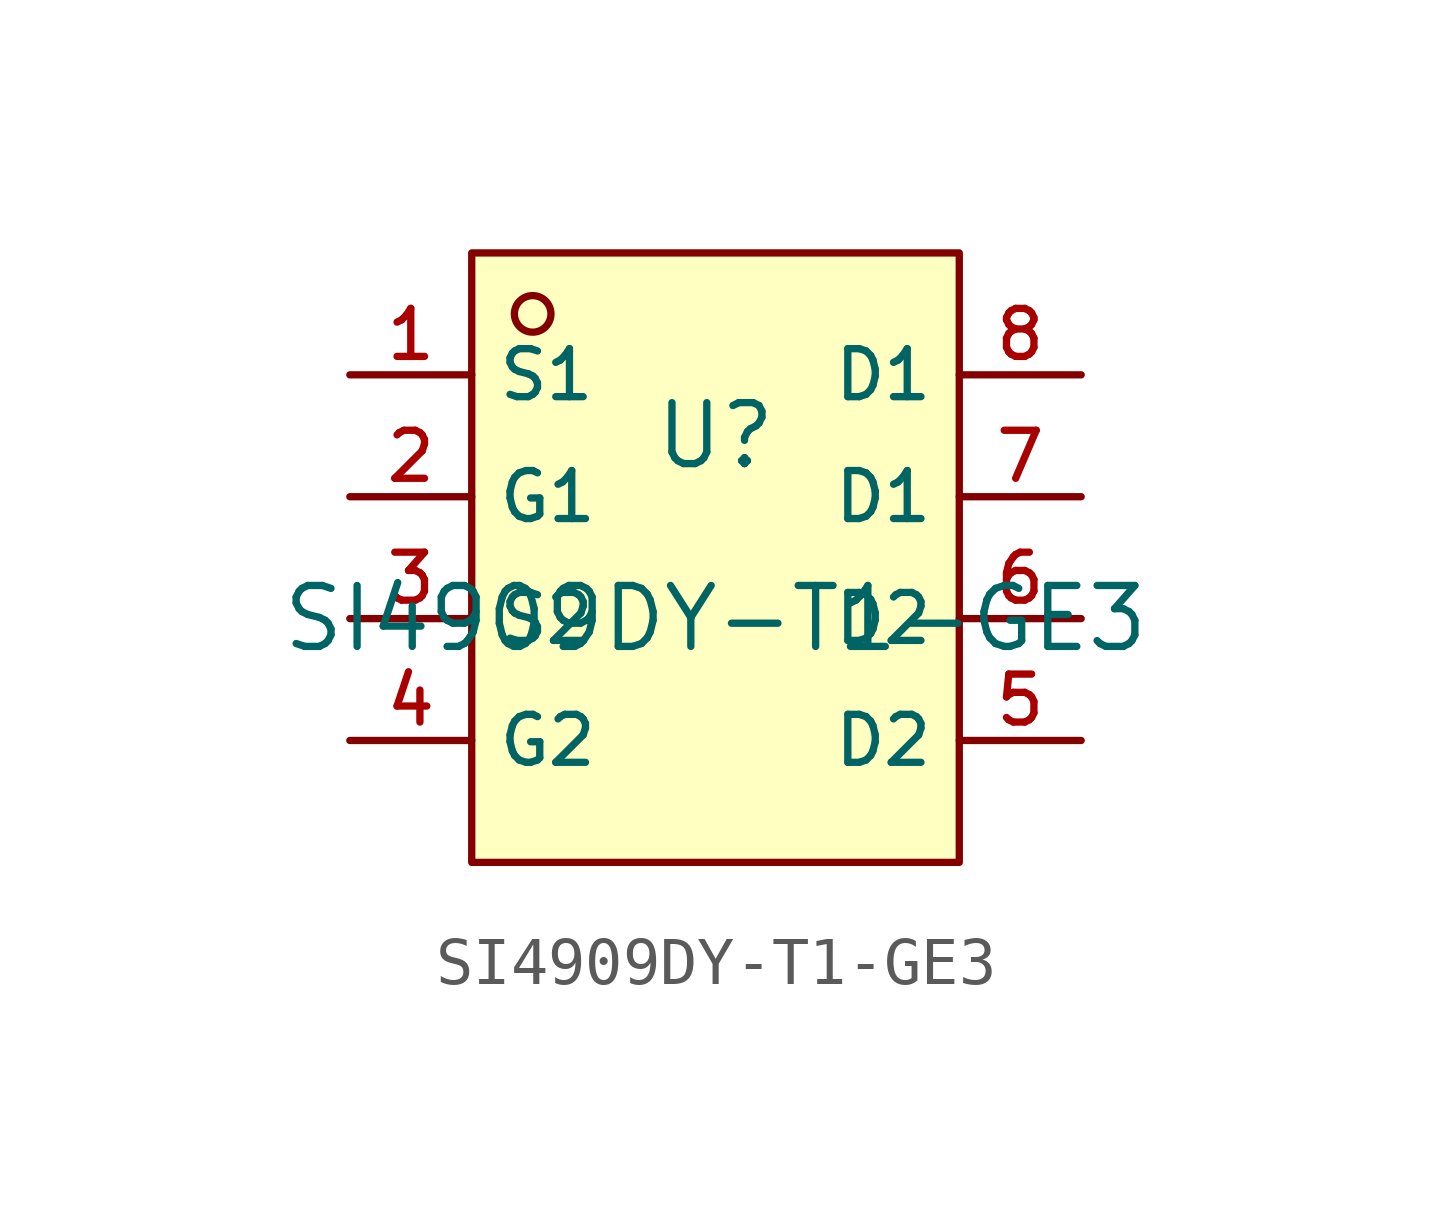
<source format=kicad_sym>
(kicad_symbol_lib
  (version 20220914)
  (generator kicad_symbol_editor)
  (symbol "SI4909DY-T1-GE3"
    (property "Reference" "U"
      (at 0 1.27 0)
      (effects (font (size 1.27 1.27))))
    (property "Value" "SI4909DY-T1-GE3"
      (at 0 -2.54 0)
      (effects (font (size 1.27 1.27))))
    (symbol "SI4909DY-T1-GE3_0_1"
      (rectangle (start -5.08 5.08) (end 5.08 -7.62) (stroke (width 0) (type default)) (fill (type background)))
      (circle (center -3.81 3.81) (radius 0.381) (stroke (width 0) (type default)) (fill (type background)))
      (pin unspecified line (at -7.62 2.54 0) (length 2.54) (name "S1" (effects (font (size 1 1)))) (number "1" (effects (font (size 1 1)))))
      (pin unspecified line (at -7.62 0 0) (length 2.54) (name "G1" (effects (font (size 1 1)))) (number "2" (effects (font (size 1 1)))))
      (pin unspecified line (at -7.62 -2.54 0) (length 2.54) (name "S2" (effects (font (size 1 1)))) (number "3" (effects (font (size 1 1)))))
      (pin unspecified line (at -7.62 -5.08 0) (length 2.54) (name "G2" (effects (font (size 1 1)))) (number "4" (effects (font (size 1 1)))))
      (pin unspecified line (at 7.62 -5.08 180) (length 2.54) (name "D2" (effects (font (size 1 1)))) (number "5" (effects (font (size 1 1)))))
      (pin unspecified line (at 7.62 -2.54 180) (length 2.54) (name "D2" (effects (font (size 1 1)))) (number "6" (effects (font (size 1 1)))))
      (pin unspecified line (at 7.62 0 180) (length 2.54) (name "D1" (effects (font (size 1 1)))) (number "7" (effects (font (size 1 1)))))
      (pin unspecified line (at 7.62 2.54 180) (length 2.54) (name "D1" (effects (font (size 1 1)))) (number "8" (effects (font (size 1 1))))))))
</source>
